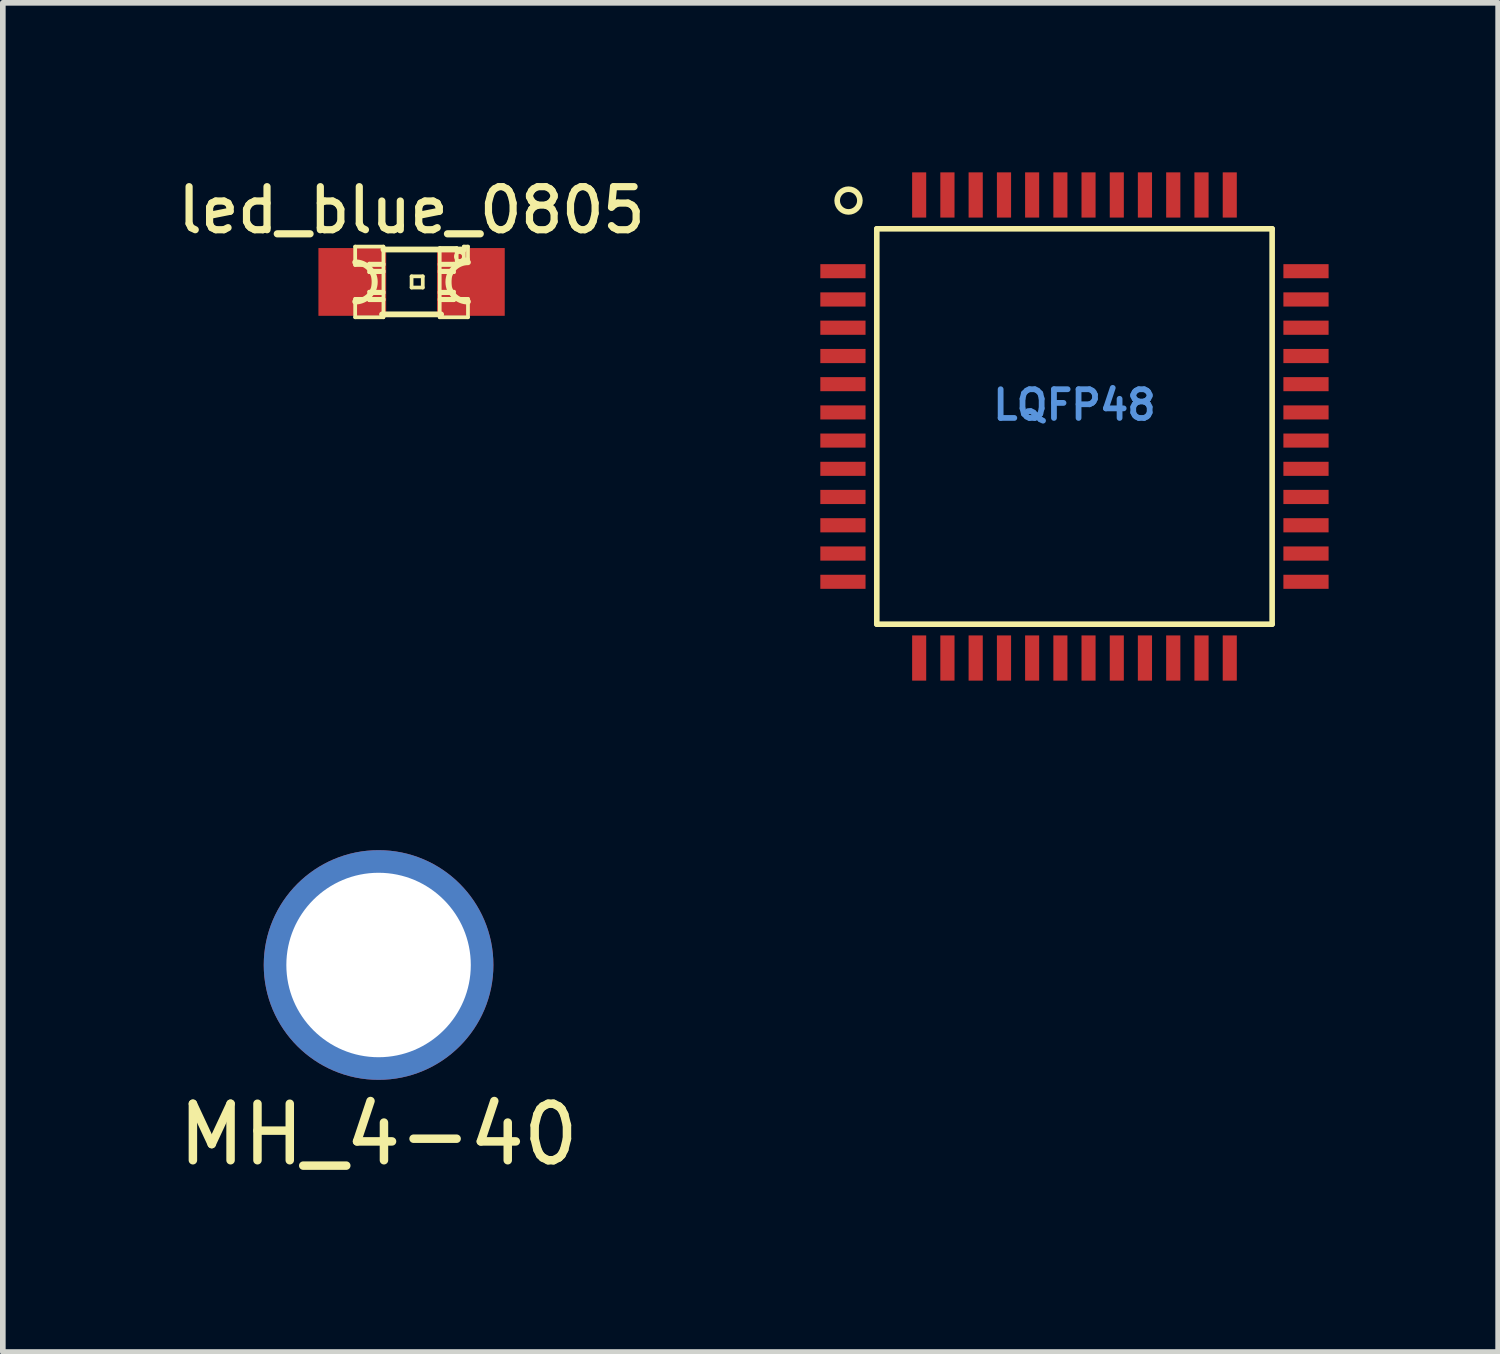
<source format=kicad_pcb>
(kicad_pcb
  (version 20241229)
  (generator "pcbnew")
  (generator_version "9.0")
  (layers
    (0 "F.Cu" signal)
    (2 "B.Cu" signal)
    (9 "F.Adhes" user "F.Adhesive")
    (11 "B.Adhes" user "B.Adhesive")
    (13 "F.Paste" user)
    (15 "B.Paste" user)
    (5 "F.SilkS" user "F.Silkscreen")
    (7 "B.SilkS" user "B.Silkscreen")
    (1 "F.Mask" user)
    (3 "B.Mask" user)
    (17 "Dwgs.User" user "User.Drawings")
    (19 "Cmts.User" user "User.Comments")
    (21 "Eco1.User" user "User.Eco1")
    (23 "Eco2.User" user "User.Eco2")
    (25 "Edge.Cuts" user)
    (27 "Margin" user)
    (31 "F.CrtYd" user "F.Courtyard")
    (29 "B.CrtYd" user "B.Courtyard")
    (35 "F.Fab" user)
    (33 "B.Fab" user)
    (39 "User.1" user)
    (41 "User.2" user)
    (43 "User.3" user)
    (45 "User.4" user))
  (footprint "led_blue_0805"
    (layer "F.Cu")
    (at 4.233 1.939)
    (property "Reference" "led_blue_0805" (at 0 -1.27 0) (layer "F.SilkS") (effects (font (size 0.762 0.762) (thickness 0.127))))
    (attr smd)
    (fp_line (start -0.998 -0.625) (end -0.998 -0.3) (stroke (width 0.066) (type solid)) (layer "F.SilkS"))
    (fp_line (start -0.998 -0.625) (end -0.498 -0.625) (stroke (width 0.066) (type solid)) (layer "F.SilkS"))
    (fp_line (start -0.998 -0.3) (end -0.498 -0.3) (stroke (width 0.066) (type solid)) (layer "F.SilkS"))
    (fp_line (start -0.998 0.3) (end -0.998 0.625) (stroke (width 0.066) (type solid)) (layer "F.SilkS"))
    (fp_line (start -0.998 0.3) (end -0.498 0.3) (stroke (width 0.066) (type solid)) (layer "F.SilkS"))
    (fp_line (start -0.998 0.625) (end -0.498 0.625) (stroke (width 0.066) (type solid)) (layer "F.SilkS"))
    (fp_line (start -0.749 -0.323) (end -0.749 -0.173) (stroke (width 0.066) (type solid)) (layer "F.SilkS"))
    (fp_line (start -0.749 -0.323) (end -0.498 -0.323) (stroke (width 0.066) (type solid)) (layer "F.SilkS"))
    (fp_line (start -0.749 -0.173) (end -0.498 -0.173) (stroke (width 0.066) (type solid)) (layer "F.SilkS"))
    (fp_line (start -0.749 0.173) (end -0.749 0.323) (stroke (width 0.066) (type solid)) (layer "F.SilkS"))
    (fp_line (start -0.749 0.173) (end -0.498 0.173) (stroke (width 0.066) (type solid)) (layer "F.SilkS"))
    (fp_line (start -0.749 0.323) (end -0.498 0.323) (stroke (width 0.066) (type solid)) (layer "F.SilkS"))
    (fp_line (start -0.673 -0.198) (end -0.673 0.198) (stroke (width 0.066) (type solid)) (layer "F.SilkS"))
    (fp_line (start -0.673 -0.198) (end -0.498 -0.198) (stroke (width 0.066) (type solid)) (layer "F.SilkS"))
    (fp_line (start -0.673 0.198) (end -0.498 0.198) (stroke (width 0.066) (type solid)) (layer "F.SilkS"))
    (fp_line (start -0.498 -0.625) (end -0.498 -0.3) (stroke (width 0.066) (type solid)) (layer "F.SilkS"))
    (fp_line (start -0.498 -0.574) (end 0.925 -0.574) (stroke (width 0.102) (type solid)) (layer "F.SilkS"))
    (fp_line (start -0.498 -0.323) (end -0.498 -0.173) (stroke (width 0.066) (type solid)) (layer "F.SilkS"))
    (fp_line (start -0.498 -0.198) (end -0.498 0.198) (stroke (width 0.066) (type solid)) (layer "F.SilkS"))
    (fp_line (start -0.498 0.173) (end -0.498 0.323) (stroke (width 0.066) (type solid)) (layer "F.SilkS"))
    (fp_line (start -0.498 0.3) (end -0.498 0.625) (stroke (width 0.066) (type solid)) (layer "F.SilkS"))
    (fp_line (start 0 -0.099) (end 0 0.099) (stroke (width 0.066) (type solid)) (layer "F.SilkS"))
    (fp_line (start 0 -0.099) (end 0.198 -0.099) (stroke (width 0.066) (type solid)) (layer "F.SilkS"))
    (fp_line (start 0 0.099) (end 0.198 0.099) (stroke (width 0.066) (type solid)) (layer "F.SilkS"))
    (fp_line (start 0.198 -0.099) (end 0.198 0.099) (stroke (width 0.066) (type solid)) (layer "F.SilkS"))
    (fp_line (start 0.498 -0.599) (end 0.498 -0.3) (stroke (width 0.066) (type solid)) (layer "F.SilkS"))
    (fp_line (start 0.498 -0.599) (end 0.798 -0.599) (stroke (width 0.066) (type solid)) (layer "F.SilkS"))
    (fp_line (start 0.498 -0.323) (end 0.498 -0.173) (stroke (width 0.066) (type solid)) (layer "F.SilkS"))
    (fp_line (start 0.498 -0.323) (end 0.749 -0.323) (stroke (width 0.066) (type solid)) (layer "F.SilkS"))
    (fp_line (start 0.498 -0.3) (end 0.798 -0.3) (stroke (width 0.066) (type solid)) (layer "F.SilkS"))
    (fp_line (start 0.498 -0.198) (end 0.498 0.198) (stroke (width 0.066) (type solid)) (layer "F.SilkS"))
    (fp_line (start 0.498 -0.198) (end 0.673 -0.198) (stroke (width 0.066) (type solid)) (layer "F.SilkS"))
    (fp_line (start 0.498 -0.173) (end 0.749 -0.173) (stroke (width 0.066) (type solid)) (layer "F.SilkS"))
    (fp_line (start 0.498 0.173) (end 0.498 0.323) (stroke (width 0.066) (type solid)) (layer "F.SilkS"))
    (fp_line (start 0.498 0.173) (end 0.749 0.173) (stroke (width 0.066) (type solid)) (layer "F.SilkS"))
    (fp_line (start 0.498 0.198) (end 0.673 0.198) (stroke (width 0.066) (type solid)) (layer "F.SilkS"))
    (fp_line (start 0.498 0.3) (end 0.498 0.625) (stroke (width 0.066) (type solid)) (layer "F.SilkS"))
    (fp_line (start 0.498 0.3) (end 0.998 0.3) (stroke (width 0.066) (type solid)) (layer "F.SilkS"))
    (fp_line (start 0.498 0.323) (end 0.749 0.323) (stroke (width 0.066) (type solid)) (layer "F.SilkS"))
    (fp_line (start 0.498 0.625) (end 0.998 0.625) (stroke (width 0.066) (type solid)) (layer "F.SilkS"))
    (fp_line (start 0.523 0.574) (end -0.523 0.574) (stroke (width 0.102) (type solid)) (layer "F.SilkS"))
    (fp_line (start 0.673 -0.198) (end 0.673 0.198) (stroke (width 0.066) (type solid)) (layer "F.SilkS"))
    (fp_line (start 0.749 -0.323) (end 0.749 -0.173) (stroke (width 0.066) (type solid)) (layer "F.SilkS"))
    (fp_line (start 0.749 0.173) (end 0.749 0.323) (stroke (width 0.066) (type solid)) (layer "F.SilkS"))
    (fp_line (start 0.798 -0.599) (end 0.798 -0.3) (stroke (width 0.066) (type solid)) (layer "F.SilkS"))
    (fp_line (start 0.925 -0.625) (end 0.925 -0.399) (stroke (width 0.066) (type solid)) (layer "F.SilkS"))
    (fp_line (start 0.925 -0.625) (end 0.998 -0.625) (stroke (width 0.066) (type solid)) (layer "F.SilkS"))
    (fp_line (start 0.925 -0.399) (end 0.998 -0.399) (stroke (width 0.066) (type solid)) (layer "F.SilkS"))
    (fp_line (start 0.998 -0.625) (end 0.998 -0.399) (stroke (width 0.066) (type solid)) (layer "F.SilkS"))
    (fp_line (start 0.998 0.3) (end 0.998 0.625) (stroke (width 0.066) (type solid)) (layer "F.SilkS"))
    (fp_arc (start -0.99822 -0.34798) (mid -0.65024 0) (end -0.99822 0.34798) (stroke (width 0.1016) (type solid)) (layer "F.SilkS"))
    (fp_arc (start 0.99822 0.34798) (mid 0.65024 0) (end 0.99822 -0.34798) (stroke (width 0.1016) (type solid)) (layer "F.SilkS"))
    (fp_circle (center 0.848 -0.45) (end 0.899 -0.5) (stroke (width 0.051) (type solid)) (fill no) (layer "F.SilkS"))
    (pad "1" smd rect (at -1.049 0) (size 1.199 1.199) (layers "F.Cu" "F.Mask" "F.Paste"))
    (pad "2" smd rect (at 1.049 0) (size 1.199 1.199) (layers "F.Cu" "F.Mask" "F.Paste")))
  (footprint "LQFP48"
    (layer "F.Cu")
    (at 15.963 4.497)
    (property "Reference" "LQFP48" (at 0 -0.381 0) (layer "Cmts.User") (effects (font (size 0.508 0.508) (thickness 0.102))))
    (attr smd)
    (fp_line (start -3.498 -3.498) (end -3.498 3.498) (stroke (width 0.099) (type solid)) (layer "F.SilkS"))
    (fp_line (start -3.498 3.498) (end 3.498 3.498) (stroke (width 0.099) (type solid)) (layer "F.SilkS"))
    (fp_line (start 3.498 -3.498) (end -3.498 -3.498) (stroke (width 0.099) (type solid)) (layer "F.SilkS"))
    (fp_line (start 3.498 3.498) (end 3.498 -3.498) (stroke (width 0.099) (type solid)) (layer "F.SilkS"))
    (fp_circle (center -3.998 -3.998) (end -3.998 -4.199) (stroke (width 0.099) (type solid)) (fill no) (layer "F.SilkS"))
    (pad "1" smd rect (at -4.097 -2.748) (size 0.8 0.249) (layers "F.Cu" "F.Mask" "F.Paste"))
    (pad "2" smd rect (at -4.097 -2.248) (size 0.8 0.251) (layers "F.Cu" "F.Mask" "F.Paste"))
    (pad "3" smd rect (at -4.097 -1.748) (size 0.8 0.251) (layers "F.Cu" "F.Mask" "F.Paste"))
    (pad "4" smd rect (at -4.097 -1.247) (size 0.8 0.251) (layers "F.Cu" "F.Mask" "F.Paste"))
    (pad "5" smd rect (at -4.097 -0.749) (size 0.8 0.249) (layers "F.Cu" "F.Mask" "F.Paste"))
    (pad "6" smd rect (at -4.097 -0.249) (size 0.8 0.249) (layers "F.Cu" "F.Mask" "F.Paste"))
    (pad "7" smd rect (at -4.097 0.249) (size 0.8 0.249) (layers "F.Cu" "F.Mask" "F.Paste"))
    (pad "8" smd rect (at -4.097 0.749) (size 0.8 0.249) (layers "F.Cu" "F.Mask" "F.Paste"))
    (pad "9" smd rect (at -4.097 1.247) (size 0.8 0.251) (layers "F.Cu" "F.Mask" "F.Paste"))
    (pad "10" smd rect (at -4.097 1.748) (size 0.8 0.251) (layers "F.Cu" "F.Mask" "F.Paste"))
    (pad "11" smd rect (at -4.097 2.248) (size 0.8 0.251) (layers "F.Cu" "F.Mask" "F.Paste"))
    (pad "12" smd rect (at -4.097 2.748) (size 0.8 0.249) (layers "F.Cu" "F.Mask" "F.Paste"))
    (pad "13" smd rect (at -2.748 4.097) (size 0.249 0.8) (layers "F.Cu" "F.Mask" "F.Paste"))
    (pad "14" smd rect (at -2.248 4.097) (size 0.251 0.8) (layers "F.Cu" "F.Mask" "F.Paste"))
    (pad "15" smd rect (at -1.748 4.097) (size 0.251 0.8) (layers "F.Cu" "F.Mask" "F.Paste"))
    (pad "16" smd rect (at -1.247 4.097) (size 0.251 0.8) (layers "F.Cu" "F.Mask" "F.Paste"))
    (pad "17" smd rect (at -0.749 4.097) (size 0.249 0.8) (layers "F.Cu" "F.Mask" "F.Paste"))
    (pad "18" smd rect (at -0.249 4.097) (size 0.249 0.8) (layers "F.Cu" "F.Mask" "F.Paste"))
    (pad "19" smd rect (at 0.249 4.097) (size 0.249 0.8) (layers "F.Cu" "F.Mask" "F.Paste"))
    (pad "20" smd rect (at 0.749 4.097) (size 0.249 0.8) (layers "F.Cu" "F.Mask" "F.Paste"))
    (pad "21" smd rect (at 1.247 4.097) (size 0.251 0.8) (layers "F.Cu" "F.Mask" "F.Paste"))
    (pad "22" smd rect (at 1.748 4.097) (size 0.251 0.8) (layers "F.Cu" "F.Mask" "F.Paste"))
    (pad "23" smd rect (at 2.248 4.097) (size 0.251 0.8) (layers "F.Cu" "F.Mask" "F.Paste"))
    (pad "24" smd rect (at 2.748 4.097) (size 0.249 0.8) (layers "F.Cu" "F.Mask" "F.Paste"))
    (pad "25" smd rect (at 4.097 2.748) (size 0.8 0.249) (layers "F.Cu" "F.Mask" "F.Paste"))
    (pad "26" smd rect (at 4.097 2.248) (size 0.8 0.251) (layers "F.Cu" "F.Mask" "F.Paste"))
    (pad "27" smd rect (at 4.097 1.748) (size 0.8 0.251) (layers "F.Cu" "F.Mask" "F.Paste"))
    (pad "28" smd rect (at 4.097 1.247) (size 0.8 0.251) (layers "F.Cu" "F.Mask" "F.Paste"))
    (pad "29" smd rect (at 4.097 0.749) (size 0.8 0.249) (layers "F.Cu" "F.Mask" "F.Paste"))
    (pad "30" smd rect (at 4.097 0.249) (size 0.8 0.249) (layers "F.Cu" "F.Mask" "F.Paste"))
    (pad "31" smd rect (at 4.097 -0.249) (size 0.8 0.249) (layers "F.Cu" "F.Mask" "F.Paste"))
    (pad "32" smd rect (at 4.097 -0.749) (size 0.8 0.249) (layers "F.Cu" "F.Mask" "F.Paste"))
    (pad "33" smd rect (at 4.097 -1.247) (size 0.8 0.251) (layers "F.Cu" "F.Mask" "F.Paste"))
    (pad "34" smd rect (at 4.097 -1.748) (size 0.8 0.251) (layers "F.Cu" "F.Mask" "F.Paste"))
    (pad "35" smd rect (at 4.097 -2.248) (size 0.8 0.251) (layers "F.Cu" "F.Mask" "F.Paste"))
    (pad "36" smd rect (at 4.097 -2.748) (size 0.8 0.249) (layers "F.Cu" "F.Mask" "F.Paste"))
    (pad "37" smd rect (at 2.748 -4.097) (size 0.249 0.8) (layers "F.Cu" "F.Mask" "F.Paste"))
    (pad "38" smd rect (at 2.248 -4.097) (size 0.251 0.8) (layers "F.Cu" "F.Mask" "F.Paste"))
    (pad "39" smd rect (at 1.748 -4.097) (size 0.251 0.8) (layers "F.Cu" "F.Mask" "F.Paste"))
    (pad "40" smd rect (at 1.247 -4.097) (size 0.251 0.8) (layers "F.Cu" "F.Mask" "F.Paste"))
    (pad "41" smd rect (at 0.749 -4.097) (size 0.249 0.8) (layers "F.Cu" "F.Mask" "F.Paste"))
    (pad "42" smd rect (at 0.249 -4.097) (size 0.249 0.8) (layers "F.Cu" "F.Mask" "F.Paste"))
    (pad "43" smd rect (at -0.249 -4.097) (size 0.249 0.8) (layers "F.Cu" "F.Mask" "F.Paste"))
    (pad "44" smd rect (at -0.749 -4.097) (size 0.249 0.8) (layers "F.Cu" "F.Mask" "F.Paste"))
    (pad "45" smd rect (at -1.247 -4.097) (size 0.251 0.8) (layers "F.Cu" "F.Mask" "F.Paste"))
    (pad "46" smd rect (at -1.748 -4.097) (size 0.251 0.8) (layers "F.Cu" "F.Mask" "F.Paste"))
    (pad "47" smd rect (at -2.248 -4.097) (size 0.251 0.8) (layers "F.Cu" "F.Mask" "F.Paste"))
    (pad "48" smd rect (at -2.748 -4.097) (size 0.249 0.8) (layers "F.Cu" "F.Mask" "F.Paste")))
  (footprint "MH_4-40"
    (layer "F.Cu")
    (at 3.649 14.026)
    (property "Reference" "MH_4-40" (at 0 3 0) (layer "F.SilkS") (effects (font (size 1 1) (thickness 0.15))))
    (attr through_hole)
    (pad "1" thru_hole circle (at 0 0) (size 4.064 4.064) (drill 3.264) (layers "*.Cu" "*.Mask")))
  (gr_rect
    (start -3 -3)
    (end 23.46 20.874)
    (stroke (width 0.1) (type default))
    (fill no)
    (layer "Edge.Cuts")))
</source>
